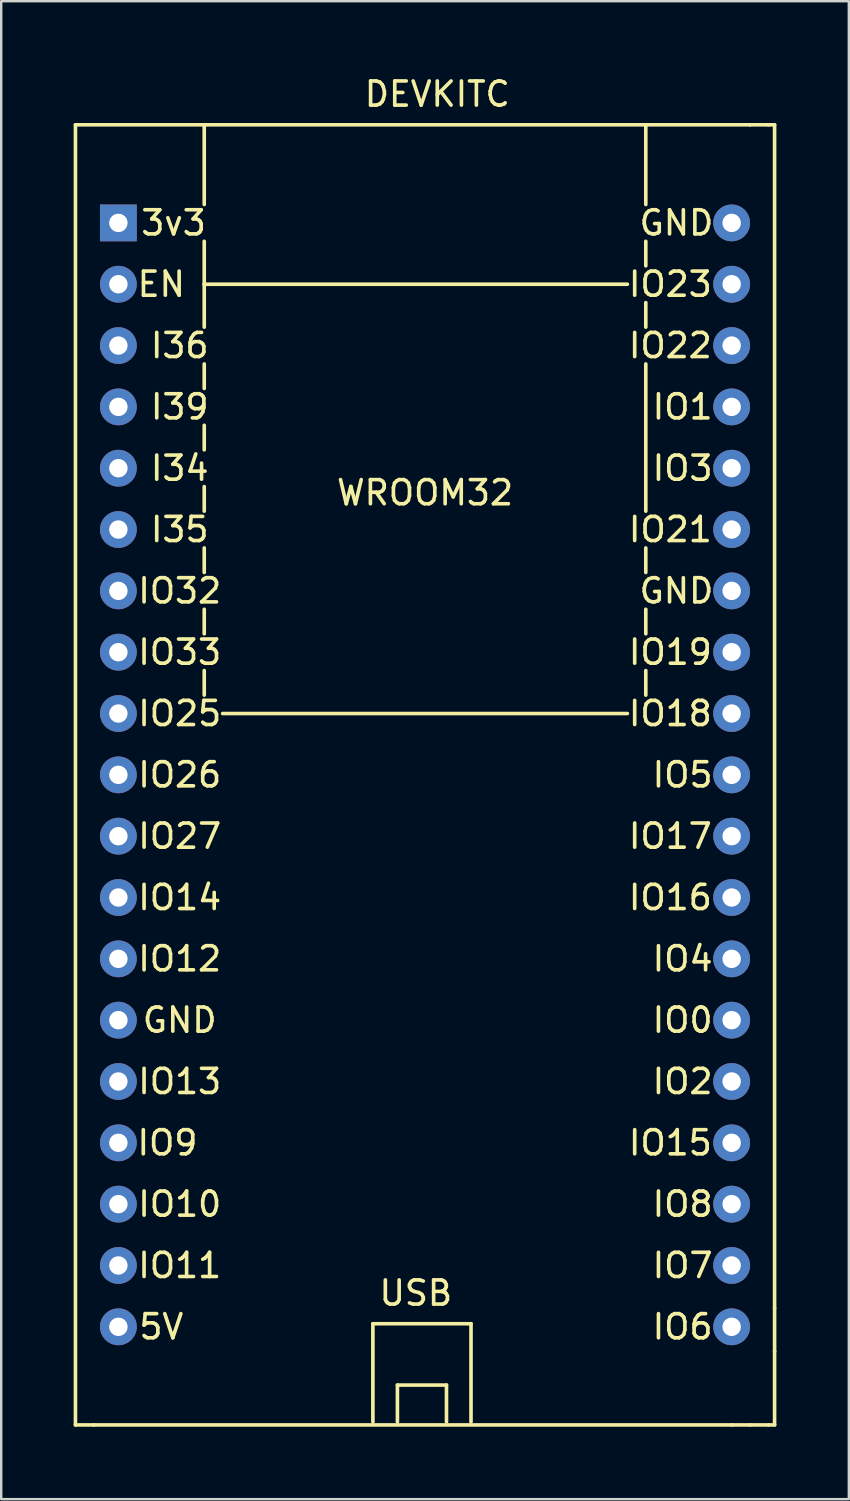
<source format=kicad_pcb>
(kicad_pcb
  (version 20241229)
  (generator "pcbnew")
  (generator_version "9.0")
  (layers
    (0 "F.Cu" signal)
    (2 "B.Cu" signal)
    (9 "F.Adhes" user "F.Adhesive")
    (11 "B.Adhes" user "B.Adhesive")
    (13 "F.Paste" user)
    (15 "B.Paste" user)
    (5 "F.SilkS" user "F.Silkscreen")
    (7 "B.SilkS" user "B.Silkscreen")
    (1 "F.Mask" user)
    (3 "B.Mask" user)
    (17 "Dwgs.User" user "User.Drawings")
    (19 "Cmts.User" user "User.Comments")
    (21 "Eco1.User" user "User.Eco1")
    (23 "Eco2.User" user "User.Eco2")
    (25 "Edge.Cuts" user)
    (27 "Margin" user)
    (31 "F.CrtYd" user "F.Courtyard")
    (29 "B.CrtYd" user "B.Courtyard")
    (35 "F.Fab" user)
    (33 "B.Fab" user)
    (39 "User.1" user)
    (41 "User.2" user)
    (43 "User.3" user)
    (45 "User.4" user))
  (footprint "DEVKITC"
    (layer "F.Cu")
    (at 1.853 6.182)
    (property "Reference" "DEVKITC" (at 13.208 -5.334 0) (layer "F.SilkS") (effects (font (size 1 1) (thickness 0.15))))
    (attr through_hole)
    (fp_line (start -1.778 -4.064) (end -1.778 49.784) (stroke (width 0.15) (type solid)) (layer "F.SilkS"))
    (fp_line (start -1.778 49.784) (end -1.016 49.784) (stroke (width 0.15) (type solid)) (layer "F.SilkS"))
    (fp_line (start 3.556 -0.762) (end 3.556 -4.064) (stroke (width 0.15) (type solid)) (layer "F.SilkS"))
    (fp_line (start 3.556 2.54) (end 3.556 0.762) (stroke (width 0.15) (type solid)) (layer "F.SilkS"))
    (fp_line (start 3.556 4.318) (end 3.556 2.54) (stroke (width 0.15) (type solid)) (layer "F.SilkS"))
    (fp_line (start 3.556 6.858) (end 3.556 5.842) (stroke (width 0.15) (type solid)) (layer "F.SilkS"))
    (fp_line (start 3.556 9.398) (end 3.556 8.382) (stroke (width 0.15) (type solid)) (layer "F.SilkS"))
    (fp_line (start 3.556 11.938) (end 3.556 10.922) (stroke (width 0.15) (type solid)) (layer "F.SilkS"))
    (fp_line (start 3.556 14.478) (end 3.556 13.462) (stroke (width 0.15) (type solid)) (layer "F.SilkS"))
    (fp_line (start 3.556 17.018) (end 3.556 16.002) (stroke (width 0.15) (type solid)) (layer "F.SilkS"))
    (fp_line (start 3.556 19.558) (end 3.556 18.542) (stroke (width 0.15) (type solid)) (layer "F.SilkS"))
    (fp_line (start 10.541 45.593) (end 10.541 49.657) (stroke (width 0.15) (type solid)) (layer "F.SilkS"))
    (fp_line (start 11.557 48.133) (end 11.557 49.657) (stroke (width 0.15) (type solid)) (layer "F.SilkS"))
    (fp_line (start 13.589 48.133) (end 11.557 48.133) (stroke (width 0.15) (type solid)) (layer "F.SilkS"))
    (fp_line (start 13.589 49.657) (end 13.589 48.133) (stroke (width 0.15) (type solid)) (layer "F.SilkS"))
    (fp_line (start 14.605 45.593) (end 10.541 45.593) (stroke (width 0.15) (type solid)) (layer "F.SilkS"))
    (fp_line (start 14.605 49.657) (end 14.605 45.593) (stroke (width 0.15) (type solid)) (layer "F.SilkS"))
    (fp_line (start 21.082 2.54) (end 3.556 2.54) (stroke (width 0.15) (type solid)) (layer "F.SilkS"))
    (fp_line (start 21.082 20.32) (end 4.318 20.32) (stroke (width 0.15) (type solid)) (layer "F.SilkS"))
    (fp_line (start 21.844 -0.762) (end 21.844 -4.064) (stroke (width 0.15) (type solid)) (layer "F.SilkS"))
    (fp_line (start 21.844 1.778) (end 21.844 0.762) (stroke (width 0.15) (type solid)) (layer "F.SilkS"))
    (fp_line (start 21.844 4.318) (end 21.844 3.302) (stroke (width 0.15) (type solid)) (layer "F.SilkS"))
    (fp_line (start 21.844 11.938) (end 21.844 5.842) (stroke (width 0.15) (type solid)) (layer "F.SilkS"))
    (fp_line (start 21.844 14.478) (end 21.844 13.462) (stroke (width 0.15) (type solid)) (layer "F.SilkS"))
    (fp_line (start 21.844 17.018) (end 21.844 16.002) (stroke (width 0.15) (type solid)) (layer "F.SilkS"))
    (fp_line (start 21.844 19.558) (end 21.844 18.542) (stroke (width 0.15) (type solid)) (layer "F.SilkS"))
    (fp_line (start 25.4 49.784) (end -1.016 49.784) (stroke (width 0.15) (type solid)) (layer "F.SilkS"))
    (fp_line (start 25.4 49.784) (end 26.162 49.784) (stroke (width 0.15) (type solid)) (layer "F.SilkS"))
    (fp_line (start 26.162 -4.064) (end -1.778 -4.064) (stroke (width 0.15) (type solid)) (layer "F.SilkS"))
    (fp_line (start 26.924 -4.064) (end 26.162 -4.064) (stroke (width 0.15) (type solid)) (layer "F.SilkS"))
    (fp_line (start 26.924 49.784) (end 26.162 49.784) (stroke (width 0.15) (type solid)) (layer "F.SilkS"))
    (fp_line (start 27.178 -4.064) (end 26.924 -4.064) (stroke (width 0.15) (type solid)) (layer "F.SilkS"))
    (fp_line (start 27.178 44.958) (end 27.178 -4.064) (stroke (width 0.15) (type solid)) (layer "F.SilkS"))
    (fp_line (start 27.178 46.736) (end 27.178 44.958) (stroke (width 0.15) (type solid)) (layer "F.SilkS"))
    (fp_line (start 27.178 46.736) (end 27.178 49.784) (stroke (width 0.15) (type solid)) (layer "F.SilkS"))
    (fp_line (start 27.178 49.784) (end 26.924 49.784) (stroke (width 0.15) (type solid)) (layer "F.SilkS"))
    (fp_text user "IO13" (at 2.54 35.56 0) (layer "F.SilkS") (effects (font (size 1 1) (thickness 0.15))))
    (fp_text user "IO4" (at 23.368 30.48 0) (layer "F.SilkS") (effects (font (size 1 1) (thickness 0.15))))
    (fp_text user "GND" (at 23.114 0 0) (layer "F.SilkS") (effects (font (size 1 1) (thickness 0.15))))
    (fp_text user "I35" (at 2.54 12.7 0) (layer "F.SilkS") (effects (font (size 1 1) (thickness 0.15))))
    (fp_text user "IO33" (at 2.54 17.78 0) (layer "F.SilkS") (effects (font (size 1 1) (thickness 0.15))))
    (fp_text user "IO15" (at 22.86 38.1 0) (layer "F.SilkS") (effects (font (size 1 1) (thickness 0.15))))
    (fp_text user "IO26" (at 2.54 22.86 0) (layer "F.SilkS") (effects (font (size 1 1) (thickness 0.15))))
    (fp_text user "IO32" (at 2.54 15.24 0) (layer "F.SilkS") (effects (font (size 1 1) (thickness 0.15))))
    (fp_text user "IO12" (at 2.54 30.48 0) (layer "F.SilkS") (effects (font (size 1 1) (thickness 0.15))))
    (fp_text user "IO10" (at 2.54 40.64 0) (layer "F.SilkS") (effects (font (size 1 1) (thickness 0.15))))
    (fp_text user "GND" (at 23.114 15.24 0) (layer "F.SilkS") (effects (font (size 1 1) (thickness 0.15))))
    (fp_text user "I34" (at 2.54 10.16 0) (layer "F.SilkS") (effects (font (size 1 1) (thickness 0.15))))
    (fp_text user "IO19" (at 22.86 17.78 0) (layer "F.SilkS") (effects (font (size 1 1) (thickness 0.15))))
    (fp_text user "IO16" (at 22.86 27.94 0) (layer "F.SilkS") (effects (font (size 1 1) (thickness 0.15))))
    (fp_text user "IO9" (at 2.032 38.1 0) (layer "F.SilkS") (effects (font (size 1 1) (thickness 0.15))))
    (fp_text user "EN" (at 1.778 2.54 0) (layer "F.SilkS") (effects (font (size 1 1) (thickness 0.15))))
    (fp_text user "IO27" (at 2.54 25.4 0) (layer "F.SilkS") (effects (font (size 1 1) (thickness 0.15))))
    (fp_text user "USB" (at 12.319 44.323 180) (layer "F.SilkS") (effects (font (size 1 1) (thickness 0.15))))
    (fp_text user "IO18" (at 22.86 20.32 0) (layer "F.SilkS") (effects (font (size 1 1) (thickness 0.15))))
    (fp_text user "IO3" (at 23.368 10.16 0) (layer "F.SilkS") (effects (font (size 1 1) (thickness 0.15))))
    (fp_text user "IO8" (at 23.368 40.64 0) (layer "F.SilkS") (effects (font (size 1 1) (thickness 0.15))))
    (fp_text user "WROOM32" (at 12.7 11.176 180) (layer "F.SilkS") (effects (font (size 1 1) (thickness 0.15))))
    (fp_text user "IO6" (at 23.368 45.72 0) (layer "F.SilkS") (effects (font (size 1 1) (thickness 0.15))))
    (fp_text user "IO7" (at 23.368 43.18 0) (layer "F.SilkS") (effects (font (size 1 1) (thickness 0.15))))
    (fp_text user "IO2" (at 23.368 35.56 0) (layer "F.SilkS") (effects (font (size 1 1) (thickness 0.15))))
    (fp_text user "I36" (at 2.54 5.08 0) (layer "F.SilkS") (effects (font (size 1 1) (thickness 0.15))))
    (fp_text user "I39" (at 2.54 7.62 0) (layer "F.SilkS") (effects (font (size 1 1) (thickness 0.15))))
    (fp_text user "IO1" (at 23.368 7.62 0) (layer "F.SilkS") (effects (font (size 1 1) (thickness 0.15))))
    (fp_text user "GND" (at 2.54 33.02 0) (layer "F.SilkS") (effects (font (size 1 1) (thickness 0.15))))
    (fp_text user "IO14" (at 2.54 27.94 0) (layer "F.SilkS") (effects (font (size 1 1) (thickness 0.15))))
    (fp_text user "IO0" (at 23.368 33.02 0) (layer "F.SilkS") (effects (font (size 1 1) (thickness 0.15))))
    (fp_text user "IO17" (at 22.86 25.4 0) (layer "F.SilkS") (effects (font (size 1 1) (thickness 0.15))))
    (fp_text user "IO11" (at 2.54 43.18 0) (layer "F.SilkS") (effects (font (size 1 1) (thickness 0.15))))
    (fp_text user "5V" (at 1.778 45.72 0) (layer "F.SilkS") (effects (font (size 1 1) (thickness 0.15))))
    (fp_text user "IO22" (at 22.86 5.08 0) (layer "F.SilkS") (effects (font (size 1 1) (thickness 0.15))))
    (fp_text user "3v3" (at 2.286 0 0) (layer "F.SilkS") (effects (font (size 1 1) (thickness 0.15))))
    (fp_text user "IO23" (at 22.86 2.54 0) (layer "F.SilkS") (effects (font (size 1 1) (thickness 0.15))))
    (fp_text user "IO25" (at 2.54 20.32 0) (layer "F.SilkS") (effects (font (size 1 1) (thickness 0.15))))
    (fp_text user "IO5" (at 23.368 22.86 0) (layer "F.SilkS") (effects (font (size 1 1) (thickness 0.15))))
    (fp_text user "IO21" (at 22.86 12.7 0) (layer "F.SilkS") (effects (font (size 1 1) (thickness 0.15))))
    (pad "1" thru_hole rect (at 0 0) (size 1.524 1.524) (drill 0.762) (layers "*.Cu" "*.Mask"))
    (pad "2" thru_hole circle (at 0 2.54) (size 1.524 1.524) (drill 0.762) (layers "*.Cu" "*.Mask"))
    (pad "3" thru_hole circle (at 0 5.08) (size 1.524 1.524) (drill 0.762) (layers "*.Cu" "*.Mask"))
    (pad "4" thru_hole circle (at 0 7.62) (size 1.524 1.524) (drill 0.762) (layers "*.Cu" "*.Mask"))
    (pad "5" thru_hole circle (at 0 10.16) (size 1.524 1.524) (drill 0.762) (layers "*.Cu" "*.Mask"))
    (pad "6" thru_hole circle (at 0 12.7) (size 1.524 1.524) (drill 0.762) (layers "*.Cu" "*.Mask"))
    (pad "7" thru_hole circle (at 0 15.24) (size 1.524 1.524) (drill 0.762) (layers "*.Cu" "*.Mask"))
    (pad "8" thru_hole circle (at 0 17.78) (size 1.524 1.524) (drill 0.762) (layers "*.Cu" "*.Mask"))
    (pad "9" thru_hole circle (at 0 20.32) (size 1.524 1.524) (drill 0.762) (layers "*.Cu" "*.Mask"))
    (pad "10" thru_hole circle (at 0 22.86) (size 1.524 1.524) (drill 0.762) (layers "*.Cu" "*.Mask"))
    (pad "11" thru_hole circle (at 0 25.4) (size 1.524 1.524) (drill 0.762) (layers "*.Cu" "*.Mask"))
    (pad "12" thru_hole circle (at 0 27.94) (size 1.524 1.524) (drill 0.762) (layers "*.Cu" "*.Mask"))
    (pad "13" thru_hole circle (at 0 30.48) (size 1.524 1.524) (drill 0.762) (layers "*.Cu" "*.Mask"))
    (pad "14" thru_hole circle (at 0 33.02) (size 1.524 1.524) (drill 0.762) (layers "*.Cu" "*.Mask"))
    (pad "15" thru_hole circle (at 0 35.56) (size 1.524 1.524) (drill 0.762) (layers "*.Cu" "*.Mask"))
    (pad "16" thru_hole circle (at 0 38.1) (size 1.524 1.524) (drill 0.762) (layers "*.Cu" "*.Mask"))
    (pad "17" thru_hole circle (at 0 40.64) (size 1.524 1.524) (drill 0.762) (layers "*.Cu" "*.Mask"))
    (pad "18" thru_hole circle (at 0 43.18) (size 1.524 1.524) (drill 0.762) (layers "*.Cu" "*.Mask"))
    (pad "19" thru_hole circle (at 0 45.72) (size 1.524 1.524) (drill 0.762) (layers "*.Cu" "*.Mask"))
    (pad "20" thru_hole circle (at 25.4 45.72) (size 1.524 1.524) (drill 0.762) (layers "*.Cu" "*.Mask"))
    (pad "21" thru_hole circle (at 25.4 43.18) (size 1.524 1.524) (drill 0.762) (layers "*.Cu" "*.Mask"))
    (pad "22" thru_hole circle (at 25.4 40.64) (size 1.524 1.524) (drill 0.762) (layers "*.Cu" "*.Mask"))
    (pad "23" thru_hole circle (at 25.4 38.1) (size 1.524 1.524) (drill 0.762) (layers "*.Cu" "*.Mask"))
    (pad "24" thru_hole circle (at 25.4 35.56) (size 1.524 1.524) (drill 0.762) (layers "*.Cu" "*.Mask"))
    (pad "25" thru_hole circle (at 25.4 33.02) (size 1.524 1.524) (drill 0.762) (layers "*.Cu" "*.Mask"))
    (pad "26" thru_hole circle (at 25.4 30.48) (size 1.524 1.524) (drill 0.762) (layers "*.Cu" "*.Mask"))
    (pad "27" thru_hole circle (at 25.4 27.94) (size 1.524 1.524) (drill 0.762) (layers "*.Cu" "*.Mask"))
    (pad "28" thru_hole circle (at 25.4 25.4) (size 1.524 1.524) (drill 0.762) (layers "*.Cu" "*.Mask"))
    (pad "29" thru_hole circle (at 25.4 22.86) (size 1.524 1.524) (drill 0.762) (layers "*.Cu" "*.Mask"))
    (pad "30" thru_hole circle (at 25.4 20.32) (size 1.524 1.524) (drill 0.762) (layers "*.Cu" "*.Mask"))
    (pad "31" thru_hole circle (at 25.4 17.78) (size 1.524 1.524) (drill 0.762) (layers "*.Cu" "*.Mask"))
    (pad "32" thru_hole circle (at 25.4 15.24) (size 1.524 1.524) (drill 0.762) (layers "*.Cu" "*.Mask"))
    (pad "33" thru_hole circle (at 25.4 12.7) (size 1.524 1.524) (drill 0.762) (layers "*.Cu" "*.Mask"))
    (pad "34" thru_hole circle (at 25.4 10.16) (size 1.524 1.524) (drill 0.762) (layers "*.Cu" "*.Mask"))
    (pad "35" thru_hole circle (at 25.4 7.62) (size 1.524 1.524) (drill 0.762) (layers "*.Cu" "*.Mask"))
    (pad "36" thru_hole circle (at 25.4 5.08) (size 1.524 1.524) (drill 0.762) (layers "*.Cu" "*.Mask"))
    (pad "37" thru_hole circle (at 25.4 2.54) (size 1.524 1.524) (drill 0.762) (layers "*.Cu" "*.Mask"))
    (pad "38" thru_hole circle (at 25.4 0) (size 1.524 1.524) (drill 0.762) (layers "*.Cu" "*.Mask")))
  (gr_rect
    (start -3 -3)
    (end 32.106 59.041)
    (stroke (width 0.1) (type default))
    (fill no)
    (layer "Edge.Cuts")))
</source>
